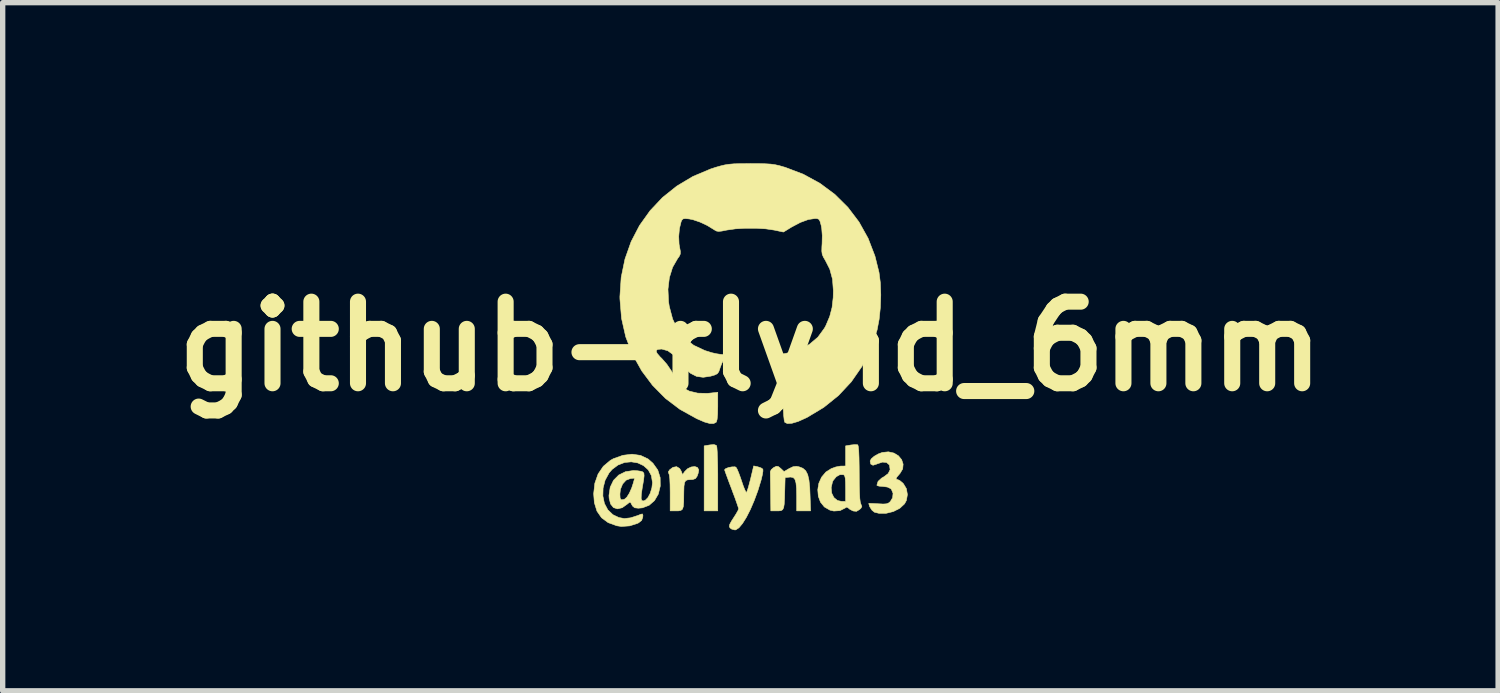
<source format=kicad_pcb>
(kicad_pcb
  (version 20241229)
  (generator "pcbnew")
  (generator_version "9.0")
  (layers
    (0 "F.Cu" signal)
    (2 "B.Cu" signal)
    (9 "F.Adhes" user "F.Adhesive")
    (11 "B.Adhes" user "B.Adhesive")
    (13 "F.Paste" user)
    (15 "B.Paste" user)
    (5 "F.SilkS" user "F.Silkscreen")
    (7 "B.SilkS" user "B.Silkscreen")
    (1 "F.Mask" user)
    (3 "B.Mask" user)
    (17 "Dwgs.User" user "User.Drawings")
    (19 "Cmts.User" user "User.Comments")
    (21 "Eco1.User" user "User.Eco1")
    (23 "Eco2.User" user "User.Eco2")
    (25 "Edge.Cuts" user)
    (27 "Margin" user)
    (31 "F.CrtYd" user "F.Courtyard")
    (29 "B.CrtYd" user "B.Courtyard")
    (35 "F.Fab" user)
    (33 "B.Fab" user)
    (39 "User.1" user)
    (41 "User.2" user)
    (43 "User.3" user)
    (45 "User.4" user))
  (footprint "github-rlynd_6mm"
    (layer "F.Cu")
    (at 10.966 3.419)
    (property "Reference" "github-rlynd_6mm" (at 0 0 0) (layer "F.SilkS") (effects (font (size 1.524 1.524) (thickness 0.3))))
    (attr through_hole)
    (fp_poly (pts (xy -0.64 1.849) (xy -0.632 1.858) (xy -0.626 1.892) (xy -0.62 1.97) (xy -0.616 2.083) (xy -0.612 2.224) (xy -0.61 2.385) (xy -0.61 2.483) (xy -0.61 3.073) (xy -0.864 3.073) (xy -0.864 1.859) (xy -0.759 1.841) (xy -0.681 1.834) (xy -0.64 1.849)) (stroke (width 0.01) (type solid)) (fill yes) (layer "F.SilkS"))
    (fp_poly (pts (xy -0.989 2.262) (xy -0.966 2.305) (xy -0.965 2.312) (xy -0.976 2.371) (xy -0.995 2.425) (xy -1.026 2.469) (xy -1.076 2.487) (xy -1.119 2.489) (xy -1.173 2.493) (xy -1.209 2.508) (xy -1.23 2.545) (xy -1.241 2.611) (xy -1.244 2.716) (xy -1.245 2.781) (xy -1.246 2.907) (xy -1.253 2.99) (xy -1.269 3.04) (xy -1.299 3.064) (xy -1.347 3.073) (xy -1.387 3.073) (xy -1.499 3.073) (xy -1.499 2.732) (xy -1.501 2.584) (xy -1.506 2.472) (xy -1.515 2.4) (xy -1.525 2.374) (xy -1.534 2.345) (xy -1.507 2.304) (xy -1.452 2.263) (xy -1.445 2.259) (xy -1.379 2.247) (xy -1.322 2.281) (xy -1.292 2.332) (xy -1.268 2.396) (xy -1.228 2.339) (xy -1.173 2.285) (xy -1.106 2.253) (xy -1.04 2.245) (xy -0.989 2.262)) (stroke (width 0.01) (type solid)) (fill yes) (layer "F.SilkS"))
    (fp_poly (pts (xy 0.524 2.246) (xy 0.567 2.281) (xy 0.628 2.339) (xy 0.723 2.283) (xy 0.796 2.248) (xy 0.859 2.241) (xy 0.909 2.25) (xy 0.979 2.277) (xy 1.032 2.323) (xy 1.069 2.394) (xy 1.093 2.497) (xy 1.108 2.64) (xy 1.113 2.761) (xy 1.124 3.073) (xy 0.864 3.073) (xy 0.864 2.799) (xy 0.861 2.653) (xy 0.851 2.55) (xy 0.832 2.486) (xy 0.8 2.451) (xy 0.753 2.441) (xy 0.723 2.443) (xy 0.648 2.451) (xy 0.641 2.705) (xy 0.637 2.848) (xy 0.631 2.949) (xy 0.62 3.014) (xy 0.601 3.051) (xy 0.571 3.068) (xy 0.527 3.073) (xy 0.495 3.073) (xy 0.381 3.073) (xy 0.377 2.731) (xy 0.375 2.6) (xy 0.373 2.486) (xy 0.372 2.399) (xy 0.371 2.349) (xy 0.37 2.344) (xy 0.389 2.302) (xy 0.437 2.262) (xy 0.487 2.239) (xy 0.524 2.246)) (stroke (width 0.01) (type solid)) (fill yes) (layer "F.SilkS"))
    (fp_poly (pts (xy 0.139 2.25) (xy 0.198 2.27) (xy 0.232 2.293) (xy 0.234 2.329) (xy 0.223 2.398) (xy 0.202 2.487) (xy 0.201 2.492) (xy 0.14 2.692) (xy 0.071 2.879) (xy -0.002 3.049) (xy -0.076 3.194) (xy -0.148 3.309) (xy -0.215 3.389) (xy -0.274 3.427) (xy -0.29 3.429) (xy -0.351 3.413) (xy -0.381 3.391) (xy -0.394 3.363) (xy -0.386 3.324) (xy -0.353 3.263) (xy -0.317 3.207) (xy -0.268 3.13) (xy -0.233 3.068) (xy -0.22 3.034) (xy -0.22 3.034) (xy -0.229 3.002) (xy -0.253 2.931) (xy -0.288 2.832) (xy -0.333 2.713) (xy -0.351 2.663) (xy -0.398 2.54) (xy -0.437 2.434) (xy -0.466 2.355) (xy -0.481 2.311) (xy -0.483 2.305) (xy -0.461 2.283) (xy -0.408 2.263) (xy -0.344 2.251) (xy -0.291 2.25) (xy -0.271 2.257) (xy -0.249 2.292) (xy -0.219 2.363) (xy -0.184 2.458) (xy -0.166 2.512) (xy -0.133 2.609) (xy -0.103 2.683) (xy -0.081 2.724) (xy -0.074 2.729) (xy -0.061 2.701) (xy -0.039 2.635) (xy -0.014 2.541) (xy 0.003 2.476) (xy 0.061 2.233) (xy 0.139 2.25)) (stroke (width 0.01) (type solid)) (fill yes) (layer "F.SilkS"))
    (fp_poly (pts (xy 1.999 1.838) (xy 2.006 1.841) (xy 2.015 1.873) (xy 2.023 1.952) (xy 2.028 2.077) (xy 2.031 2.244) (xy 2.032 2.377) (xy 2.033 2.577) (xy 2.037 2.73) (xy 2.043 2.841) (xy 2.052 2.912) (xy 2.064 2.948) (xy 2.081 2.991) (xy 2.063 3.025) (xy 2.037 3.048) (xy 1.982 3.081) (xy 1.925 3.076) (xy 1.91 3.071) (xy 1.855 3.042) (xy 1.825 3.016) (xy 1.798 3.002) (xy 1.77 3.019) (xy 1.673 3.068) (xy 1.559 3.076) (xy 1.485 3.059) (xy 1.381 2.999) (xy 1.309 2.91) (xy 1.268 2.8) (xy 1.258 2.679) (xy 1.264 2.64) (xy 1.508 2.64) (xy 1.518 2.741) (xy 1.559 2.824) (xy 1.626 2.879) (xy 1.702 2.896) (xy 1.778 2.896) (xy 1.778 2.654) (xy 1.776 2.536) (xy 1.771 2.461) (xy 1.76 2.418) (xy 1.742 2.398) (xy 1.738 2.396) (xy 1.672 2.396) (xy 1.604 2.434) (xy 1.547 2.503) (xy 1.533 2.531) (xy 1.508 2.64) (xy 1.264 2.64) (xy 1.278 2.557) (xy 1.329 2.443) (xy 1.41 2.347) (xy 1.509 2.284) (xy 1.594 2.253) (xy 1.677 2.237) (xy 1.695 2.236) (xy 1.778 2.235) (xy 1.778 1.859) (xy 1.879 1.842) (xy 1.949 1.835) (xy 1.999 1.838)) (stroke (width 0.01) (type solid)) (fill yes) (layer "F.SilkS"))
    (fp_poly (pts (xy 2.68 1.993) (xy 2.764 2.044) (xy 2.824 2.116) (xy 2.852 2.2) (xy 2.844 2.289) (xy 2.792 2.376) (xy 2.786 2.382) (xy 2.734 2.443) (xy 2.72 2.477) (xy 2.744 2.489) (xy 2.751 2.489) (xy 2.789 2.506) (xy 2.841 2.549) (xy 2.857 2.565) (xy 2.913 2.658) (xy 2.932 2.768) (xy 2.913 2.878) (xy 2.879 2.941) (xy 2.79 3.024) (xy 2.67 3.085) (xy 2.536 3.118) (xy 2.403 3.119) (xy 2.317 3.098) (xy 2.27 3.06) (xy 2.229 2.997) (xy 2.21 2.937) (xy 2.21 2.935) (xy 2.233 2.933) (xy 2.294 2.935) (xy 2.38 2.94) (xy 2.384 2.94) (xy 2.481 2.945) (xy 2.541 2.941) (xy 2.582 2.925) (xy 2.613 2.899) (xy 2.656 2.827) (xy 2.664 2.745) (xy 2.634 2.673) (xy 2.621 2.658) (xy 2.559 2.628) (xy 2.472 2.616) (xy 2.468 2.616) (xy 2.403 2.611) (xy 2.366 2.599) (xy 2.362 2.593) (xy 2.384 2.522) (xy 2.45 2.461) (xy 2.492 2.437) (xy 2.573 2.376) (xy 2.609 2.303) (xy 2.598 2.223) (xy 2.592 2.212) (xy 2.543 2.169) (xy 2.466 2.162) (xy 2.369 2.194) (xy 2.358 2.199) (xy 2.289 2.221) (xy 2.248 2.199) (xy 2.236 2.142) (xy 2.257 2.101) (xy 2.312 2.053) (xy 2.387 2.01) (xy 2.462 1.982) (xy 2.577 1.97) (xy 2.68 1.993)) (stroke (width 0.01) (type solid)) (fill yes) (layer "F.SilkS"))
    (fp_poly (pts (xy -2.052 2.037) (xy -1.912 2.103) (xy -1.821 2.183) (xy -1.73 2.311) (xy -1.686 2.451) (xy -1.684 2.61) (xy -1.721 2.76) (xy -1.792 2.881) (xy -1.892 2.968) (xy -2.017 3.016) (xy -2.094 3.023) (xy -2.162 3.015) (xy -2.201 2.983) (xy -2.215 2.959) (xy -2.238 2.915) (xy -2.26 2.913) (xy -2.297 2.944) (xy -2.395 3.014) (xy -2.484 3.035) (xy -2.558 3.011) (xy -2.612 2.944) (xy -2.639 2.837) (xy -2.642 2.786) (xy -2.638 2.76) (xy -2.438 2.76) (xy -2.434 2.833) (xy -2.416 2.865) (xy -2.376 2.863) (xy -2.35 2.854) (xy -2.308 2.817) (xy -2.262 2.744) (xy -2.218 2.646) (xy -2.189 2.558) (xy -2.162 2.461) (xy -2.242 2.469) (xy -2.323 2.5) (xy -2.387 2.571) (xy -2.428 2.67) (xy -2.438 2.76) (xy -2.638 2.76) (xy -2.619 2.631) (xy -2.557 2.502) (xy -2.459 2.403) (xy -2.333 2.341) (xy -2.184 2.319) (xy -2.107 2.324) (xy -2.048 2.333) (xy -2.01 2.345) (xy -1.99 2.37) (xy -1.986 2.417) (xy -1.995 2.495) (xy -2.015 2.612) (xy -2.02 2.64) (xy -2.038 2.763) (xy -2.041 2.842) (xy -2.027 2.882) (xy -1.994 2.887) (xy -1.962 2.873) (xy -1.914 2.825) (xy -1.871 2.743) (xy -1.841 2.645) (xy -1.829 2.546) (xy -1.829 2.546) (xy -1.85 2.414) (xy -1.908 2.307) (xy -1.996 2.228) (xy -2.104 2.177) (xy -2.225 2.157) (xy -2.35 2.169) (xy -2.473 2.216) (xy -2.583 2.298) (xy -2.64 2.364) (xy -2.714 2.5) (xy -2.752 2.647) (xy -2.756 2.795) (xy -2.727 2.934) (xy -2.664 3.053) (xy -2.57 3.143) (xy -2.561 3.148) (xy -2.459 3.197) (xy -2.356 3.216) (xy -2.241 3.203) (xy -2.103 3.159) (xy -2.049 3.137) (xy -2.017 3.13) (xy -2.008 3.156) (xy -2.011 3.191) (xy -2.032 3.251) (xy -2.089 3.296) (xy -2.108 3.306) (xy -2.255 3.353) (xy -2.41 3.364) (xy -2.496 3.351) (xy -2.658 3.292) (xy -2.781 3.201) (xy -2.866 3.078) (xy -2.915 2.92) (xy -2.928 2.753) (xy -2.906 2.557) (xy -2.845 2.384) (xy -2.747 2.24) (xy -2.616 2.13) (xy -2.559 2.098) (xy -2.382 2.035) (xy -2.211 2.014) (xy -2.052 2.037)) (stroke (width 0.01) (type solid)) (fill yes) (layer "F.SilkS"))
    (fp_poly (pts (xy 0.161 -3.413) (xy 0.283 -3.41) (xy 0.379 -3.404) (xy 0.459 -3.393) (xy 0.537 -3.376) (xy 0.623 -3.351) (xy 0.648 -3.344) (xy 0.987 -3.215) (xy 1.297 -3.046) (xy 1.576 -2.839) (xy 1.82 -2.597) (xy 2.028 -2.323) (xy 2.198 -2.018) (xy 2.326 -1.686) (xy 2.402 -1.38) (xy 2.427 -1.185) (xy 2.435 -0.961) (xy 2.427 -0.729) (xy 2.404 -0.506) (xy 2.367 -0.311) (xy 2.362 -0.293) (xy 2.244 0.055) (xy 2.084 0.374) (xy 1.884 0.662) (xy 1.645 0.918) (xy 1.369 1.14) (xy 1.058 1.327) (xy 1.039 1.336) (xy 0.893 1.402) (xy 0.775 1.437) (xy 0.69 1.442) (xy 0.642 1.419) (xy 0.631 1.379) (xy 0.621 1.291) (xy 0.613 1.158) (xy 0.607 0.984) (xy 0.605 0.902) (xy 0.602 0.733) (xy 0.599 0.607) (xy 0.593 0.515) (xy 0.586 0.447) (xy 0.575 0.397) (xy 0.559 0.355) (xy 0.537 0.313) (xy 0.528 0.297) (xy 0.489 0.217) (xy 0.482 0.174) (xy 0.49 0.166) (xy 0.53 0.157) (xy 0.603 0.142) (xy 0.671 0.129) (xy 0.902 0.065) (xy 1.098 -0.035) (xy 1.259 -0.17) (xy 1.383 -0.34) (xy 1.409 -0.388) (xy 1.481 -0.558) (xy 1.525 -0.726) (xy 1.546 -0.911) (xy 1.549 -1.04) (xy 1.533 -1.256) (xy 1.482 -1.443) (xy 1.4 -1.604) (xy 1.363 -1.667) (xy 1.341 -1.719) (xy 1.333 -1.778) (xy 1.335 -1.861) (xy 1.339 -1.924) (xy 1.342 -2.07) (xy 1.332 -2.202) (xy 1.322 -2.257) (xy 1.301 -2.333) (xy 1.28 -2.372) (xy 1.247 -2.386) (xy 1.207 -2.388) (xy 1.081 -2.369) (xy 0.931 -2.314) (xy 0.768 -2.228) (xy 0.759 -2.222) (xy 0.617 -2.135) (xy 0.442 -2.172) (xy 0.287 -2.195) (xy 0.102 -2.206) (xy -0.093 -2.206) (xy -0.279 -2.195) (xy -0.435 -2.173) (xy -0.441 -2.172) (xy -0.535 -2.153) (xy -0.595 -2.147) (xy -0.635 -2.154) (xy -0.673 -2.175) (xy -0.683 -2.182) (xy -0.807 -2.258) (xy -0.944 -2.322) (xy -1.074 -2.366) (xy -1.144 -2.38) (xy -1.219 -2.387) (xy -1.26 -2.38) (xy -1.283 -2.354) (xy -1.295 -2.326) (xy -1.326 -2.201) (xy -1.339 -2.054) (xy -1.333 -1.91) (xy -1.324 -1.857) (xy -1.309 -1.777) (xy -1.31 -1.724) (xy -1.331 -1.679) (xy -1.361 -1.638) (xy -1.454 -1.476) (xy -1.514 -1.283) (xy -1.54 -1.066) (xy -1.529 -0.834) (xy -1.516 -0.747) (xy -1.453 -0.51) (xy -1.357 -0.311) (xy -1.226 -0.148) (xy -1.058 -0.019) (xy -0.851 0.078) (xy -0.724 0.118) (xy -0.635 0.138) (xy -0.555 0.15) (xy -0.527 0.152) (xy -0.474 0.158) (xy -0.461 0.183) (xy -0.486 0.233) (xy -0.499 0.251) (xy -0.533 0.315) (xy -0.565 0.397) (xy -0.571 0.416) (xy -0.592 0.476) (xy -0.62 0.512) (xy -0.67 0.536) (xy -0.743 0.557) (xy -0.882 0.578) (xy -1.005 0.561) (xy -1.119 0.503) (xy -1.232 0.401) (xy -1.324 0.288) (xy -1.435 0.16) (xy -1.544 0.082) (xy -1.653 0.051) (xy -1.669 0.051) (xy -1.736 0.058) (xy -1.761 0.083) (xy -1.745 0.128) (xy -1.686 0.197) (xy -1.655 0.227) (xy -1.562 0.333) (xy -1.475 0.461) (xy -1.438 0.528) (xy -1.379 0.63) (xy -1.317 0.717) (xy -1.264 0.772) (xy -1.14 0.837) (xy -0.984 0.874) (xy -0.809 0.878) (xy -0.769 0.875) (xy -0.61 0.858) (xy -0.61 1.122) (xy -0.613 1.265) (xy -0.622 1.363) (xy -0.637 1.414) (xy -0.64 1.417) (xy -0.688 1.442) (xy -0.758 1.441) (xy -0.858 1.413) (xy -0.992 1.355) (xy -1.007 1.348) (xy -1.316 1.177) (xy -1.588 0.971) (xy -1.828 0.728) (xy -2.03 0.458) (xy -2.203 0.149) (xy -2.329 -0.178) (xy -2.407 -0.522) (xy -2.437 -0.882) (xy -2.438 -0.927) (xy -2.414 -1.287) (xy -2.343 -1.631) (xy -2.228 -1.956) (xy -2.071 -2.258) (xy -1.874 -2.534) (xy -1.641 -2.781) (xy -1.373 -2.995) (xy -1.073 -3.174) (xy -0.743 -3.313) (xy -0.648 -3.344) (xy -0.557 -3.37) (xy -0.478 -3.389) (xy -0.4 -3.401) (xy -0.309 -3.409) (xy -0.195 -3.412) (xy -0.044 -3.413) (xy 0 -3.414) (xy 0.161 -3.413)) (stroke (width 0.01) (type solid)) (fill yes) (layer "F.SilkS")))
  (gr_rect
    (start -3 -3)
    (end 24.931 9.853)
    (stroke (width 0.1) (type default))
    (fill no)
    (layer "Edge.Cuts")))
</source>
